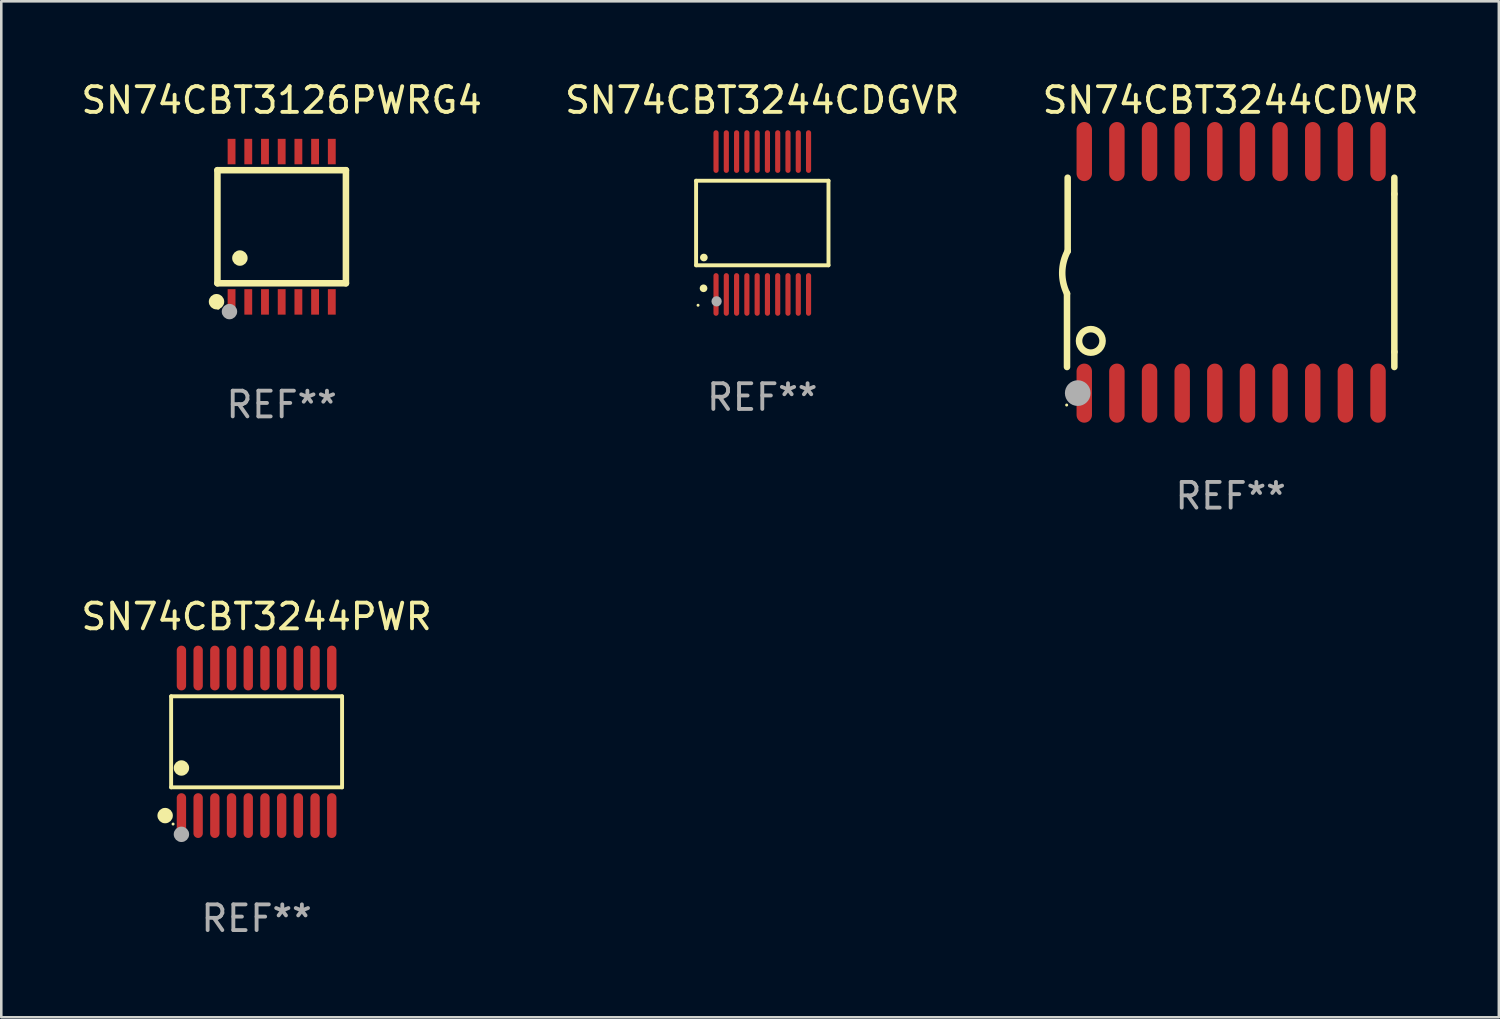
<source format=kicad_pcb>
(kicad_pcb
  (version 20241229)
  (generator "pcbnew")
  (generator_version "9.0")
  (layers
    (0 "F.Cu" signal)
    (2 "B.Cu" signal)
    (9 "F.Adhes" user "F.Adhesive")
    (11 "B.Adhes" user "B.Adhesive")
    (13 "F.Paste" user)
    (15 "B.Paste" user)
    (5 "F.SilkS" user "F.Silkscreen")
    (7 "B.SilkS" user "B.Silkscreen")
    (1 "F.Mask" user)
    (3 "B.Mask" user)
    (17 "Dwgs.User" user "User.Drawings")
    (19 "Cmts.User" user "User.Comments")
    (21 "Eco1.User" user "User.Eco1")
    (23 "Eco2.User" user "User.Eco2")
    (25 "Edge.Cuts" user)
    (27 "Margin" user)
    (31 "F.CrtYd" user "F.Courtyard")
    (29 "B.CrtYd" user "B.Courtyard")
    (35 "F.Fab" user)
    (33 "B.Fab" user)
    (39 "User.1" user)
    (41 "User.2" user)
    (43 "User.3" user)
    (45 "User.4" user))
  (footprint "SN74CBT3244CDWR"
    (layer "F.Cu")
    (at 44.839 7.548)
    (property "Reference" "SN74CBT3244CDWR" (at 0 -6.7 0) (layer "F.SilkS") (effects (font (size 1 1) (thickness 0.15))))
    (attr through_hole)
    (fp_line (start -6.369 0.826) (end -6.369 3.683) (stroke (width 0.254) (type solid)) (layer "F.SilkS"))
    (fp_line (start -6.343 -0.825) (end -6.343 -3.683) (stroke (width 0.254) (type solid)) (layer "F.SilkS"))
    (fp_line (start 6.369 -3.048) (end 6.369 -3.683) (stroke (width 0.254) (type solid)) (layer "F.SilkS"))
    (fp_line (start 6.369 -3.048) (end 6.369 3.096) (stroke (width 0.254) (type solid)) (layer "F.SilkS"))
    (fp_line (start 6.369 3.096) (end 6.369 3.683) (stroke (width 0.254) (type solid)) (layer "F.SilkS"))
    (fp_arc (start -6.36853 0.825552) (mid -6.554743 -0.00301) (end -6.343129 -0.825451) (stroke (width 0.254001) (type solid)) (layer "F.SilkS"))
    (fp_circle (center -6.382 5.163) (end -6.352 5.163) (stroke (width 0.06) (type solid)) (fill no) (layer "F.SilkS"))
    (fp_circle (center -5.443 2.667) (end -4.985 2.667) (stroke (width 0.254) (type solid)) (fill no) (layer "F.SilkS"))
    (fp_circle (center -5.951 4.699) (end -5.701 4.699) (stroke (width 0.5) (type solid)) (fill no) (layer "F.Fab"))
    (fp_text user "REF**" (at 0 8.7 0) (layer "F.Fab") (effects (font (size 1 1) (thickness 0.15))))
    (pad "1" smd oval (at -5.697 4.7 180) (size 0.6 2.3) (layers "F.Cu" "F.Mask" "F.Paste"))
    (pad "2" smd oval (at -4.427 4.7 180) (size 0.6 2.3) (layers "F.Cu" "F.Mask" "F.Paste"))
    (pad "3" smd oval (at -3.157 4.7 180) (size 0.6 2.3) (layers "F.Cu" "F.Mask" "F.Paste"))
    (pad "4" smd oval (at -1.887 4.7 180) (size 0.6 2.3) (layers "F.Cu" "F.Mask" "F.Paste"))
    (pad "5" smd oval (at -0.617 4.7 180) (size 0.6 2.3) (layers "F.Cu" "F.Mask" "F.Paste"))
    (pad "6" smd oval (at 0.653 4.7 180) (size 0.6 2.3) (layers "F.Cu" "F.Mask" "F.Paste"))
    (pad "7" smd oval (at 1.923 4.7 180) (size 0.6 2.3) (layers "F.Cu" "F.Mask" "F.Paste"))
    (pad "8" smd oval (at 3.193 4.7 180) (size 0.6 2.3) (layers "F.Cu" "F.Mask" "F.Paste"))
    (pad "9" smd oval (at 4.463 4.7 180) (size 0.6 2.3) (layers "F.Cu" "F.Mask" "F.Paste"))
    (pad "10" smd oval (at 5.734 4.7 180) (size 0.6 2.3) (layers "F.Cu" "F.Mask" "F.Paste"))
    (pad "11" smd oval (at 5.734 -4.7 180) (size 0.6 2.3) (layers "F.Cu" "F.Mask" "F.Paste"))
    (pad "12" smd oval (at 4.463 -4.7 180) (size 0.6 2.3) (layers "F.Cu" "F.Mask" "F.Paste"))
    (pad "13" smd oval (at 3.193 -4.7 180) (size 0.6 2.3) (layers "F.Cu" "F.Mask" "F.Paste"))
    (pad "14" smd oval (at 1.923 -4.7 180) (size 0.6 2.3) (layers "F.Cu" "F.Mask" "F.Paste"))
    (pad "15" smd oval (at 0.653 -4.7 180) (size 0.6 2.3) (layers "F.Cu" "F.Mask" "F.Paste"))
    (pad "16" smd oval (at -0.617 -4.7 180) (size 0.6 2.3) (layers "F.Cu" "F.Mask" "F.Paste"))
    (pad "17" smd oval (at -1.887 -4.7 180) (size 0.6 2.3) (layers "F.Cu" "F.Mask" "F.Paste"))
    (pad "18" smd oval (at -3.157 -4.7 180) (size 0.6 2.3) (layers "F.Cu" "F.Mask" "F.Paste"))
    (pad "19" smd oval (at -4.427 -4.7 180) (size 0.6 2.3) (layers "F.Cu" "F.Mask" "F.Paste"))
    (pad "20" smd oval (at -5.697 -4.7 180) (size 0.6 2.3) (layers "F.Cu" "F.Mask" "F.Paste")))
  (footprint "SN74CBT3126PWRG4"
    (layer "F.Cu")
    (at 7.911 5.773)
    (property "Reference" "SN74CBT3126PWRG4" (at 0 -4.925 0) (layer "F.SilkS") (effects (font (size 1 1) (thickness 0.15))))
    (attr through_hole)
    (fp_line (start -2.5 2.2) (end -2.5 -2.2) (stroke (width 0.254) (type solid)) (layer "F.SilkS"))
    (fp_line (start -2.5 2.2) (end 2.5 2.2) (stroke (width 0.254) (type solid)) (layer "F.SilkS"))
    (fp_line (start 2.5 -2.2) (end -2.5 -2.2) (stroke (width 0.254) (type solid)) (layer "F.SilkS"))
    (fp_line (start 2.5 -2.2) (end 2.5 2.2) (stroke (width 0.254) (type solid)) (layer "F.SilkS"))
    (fp_circle (center -2.536 2.917) (end -2.386 2.917) (stroke (width 0.3) (type solid)) (fill no) (layer "F.SilkS"))
    (fp_circle (center -2.47 3.17) (end -2.44 3.17) (stroke (width 0.06) (type solid)) (fill no) (layer "F.SilkS"))
    (fp_circle (center -1.626 1.219) (end -1.475 1.219) (stroke (width 0.3) (type solid)) (fill no) (layer "F.SilkS"))
    (fp_circle (center -2.032 3.302) (end -1.882 3.302) (stroke (width 0.3) (type solid)) (fill no) (layer "F.Fab"))
    (fp_text user "REF**" (at 0 6.925 0) (layer "F.Fab") (effects (font (size 1 1) (thickness 0.15))))
    (pad "1" smd rect (at -1.95 2.925) (size 0.305 0.991) (layers "F.Cu" "F.Mask" "F.Paste"))
    (pad "2" smd rect (at -1.3 2.925) (size 0.305 0.991) (layers "F.Cu" "F.Mask" "F.Paste"))
    (pad "3" smd rect (at -0.65 2.925) (size 0.305 0.991) (layers "F.Cu" "F.Mask" "F.Paste"))
    (pad "4" smd rect (at 0 2.925) (size 0.305 0.991) (layers "F.Cu" "F.Mask" "F.Paste"))
    (pad "5" smd rect (at 0.65 2.925) (size 0.305 0.991) (layers "F.Cu" "F.Mask" "F.Paste"))
    (pad "6" smd rect (at 1.3 2.925) (size 0.305 0.991) (layers "F.Cu" "F.Mask" "F.Paste"))
    (pad "7" smd rect (at 1.95 2.925) (size 0.305 0.991) (layers "F.Cu" "F.Mask" "F.Paste"))
    (pad "8" smd rect (at 1.95 -2.925) (size 0.305 0.991) (layers "F.Cu" "F.Mask" "F.Paste"))
    (pad "9" smd rect (at 1.3 -2.925) (size 0.305 0.991) (layers "F.Cu" "F.Mask" "F.Paste"))
    (pad "10" smd rect (at 0.65 -2.925) (size 0.305 0.991) (layers "F.Cu" "F.Mask" "F.Paste"))
    (pad "11" smd rect (at 0 -2.925) (size 0.305 0.991) (layers "F.Cu" "F.Mask" "F.Paste"))
    (pad "12" smd rect (at -0.65 -2.925) (size 0.305 0.991) (layers "F.Cu" "F.Mask" "F.Paste"))
    (pad "13" smd rect (at -1.3 -2.925) (size 0.305 0.991) (layers "F.Cu" "F.Mask" "F.Paste"))
    (pad "14" smd rect (at -1.95 -2.925) (size 0.305 0.991) (layers "F.Cu" "F.Mask" "F.Paste")))
  (footprint "SN74CBT3244CDGVR"
    (layer "F.Cu")
    (at 26.613 5.628)
    (property "Reference" "SN74CBT3244CDGVR" (at 0 -4.78 0) (layer "F.SilkS") (effects (font (size 1 1) (thickness 0.15))))
    (attr through_hole)
    (fp_line (start -2.576 -1.645) (end 2.576 -1.645) (stroke (width 0.152) (type solid)) (layer "F.SilkS"))
    (fp_line (start -2.576 1.645) (end -2.576 -1.645) (stroke (width 0.152) (type solid)) (layer "F.SilkS"))
    (fp_line (start 2.576 -1.645) (end 2.576 1.645) (stroke (width 0.152) (type solid)) (layer "F.SilkS"))
    (fp_line (start 2.576 1.645) (end -2.576 1.645) (stroke (width 0.152) (type solid)) (layer "F.SilkS"))
    (fp_circle (center -2.5 3.2) (end -2.47 3.2) (stroke (width 0.06) (type solid)) (fill no) (layer "F.SilkS"))
    (fp_circle (center -2.286 2.54) (end -2.211 2.54) (stroke (width 0.15) (type solid)) (fill no) (layer "F.SilkS"))
    (fp_circle (center -2.274 1.343) (end -2.199 1.343) (stroke (width 0.15) (type solid)) (fill no) (layer "F.SilkS"))
    (fp_circle (center -1.778 3.048) (end -1.678 3.048) (stroke (width 0.2) (type solid)) (fill no) (layer "F.Fab"))
    (fp_text user "REF**" (at 0 6.78 0) (layer "F.Fab") (effects (font (size 1 1) (thickness 0.15))))
    (pad "1" smd oval (at -1.8 2.78) (size 0.2 1.66) (layers "F.Cu" "F.Mask" "F.Paste"))
    (pad "2" smd oval (at -1.4 2.78) (size 0.2 1.66) (layers "F.Cu" "F.Mask" "F.Paste"))
    (pad "3" smd oval (at -1 2.78) (size 0.2 1.66) (layers "F.Cu" "F.Mask" "F.Paste"))
    (pad "4" smd oval (at -0.6 2.78) (size 0.2 1.66) (layers "F.Cu" "F.Mask" "F.Paste"))
    (pad "5" smd oval (at -0.2 2.78) (size 0.2 1.66) (layers "F.Cu" "F.Mask" "F.Paste"))
    (pad "6" smd oval (at 0.2 2.78) (size 0.2 1.66) (layers "F.Cu" "F.Mask" "F.Paste"))
    (pad "7" smd oval (at 0.6 2.78) (size 0.2 1.66) (layers "F.Cu" "F.Mask" "F.Paste"))
    (pad "8" smd oval (at 1 2.78) (size 0.2 1.66) (layers "F.Cu" "F.Mask" "F.Paste"))
    (pad "9" smd oval (at 1.4 2.78) (size 0.2 1.66) (layers "F.Cu" "F.Mask" "F.Paste"))
    (pad "10" smd oval (at 1.8 2.78) (size 0.2 1.66) (layers "F.Cu" "F.Mask" "F.Paste"))
    (pad "11" smd oval (at 1.8 -2.78) (size 0.2 1.66) (layers "F.Cu" "F.Mask" "F.Paste"))
    (pad "12" smd oval (at 1.4 -2.78) (size 0.2 1.66) (layers "F.Cu" "F.Mask" "F.Paste"))
    (pad "13" smd oval (at 1 -2.78) (size 0.2 1.66) (layers "F.Cu" "F.Mask" "F.Paste"))
    (pad "14" smd oval (at 0.6 -2.78) (size 0.2 1.66) (layers "F.Cu" "F.Mask" "F.Paste"))
    (pad "15" smd oval (at 0.2 -2.78) (size 0.2 1.66) (layers "F.Cu" "F.Mask" "F.Paste"))
    (pad "16" smd oval (at -0.2 -2.78) (size 0.2 1.66) (layers "F.Cu" "F.Mask" "F.Paste"))
    (pad "17" smd oval (at -0.6 -2.78) (size 0.2 1.66) (layers "F.Cu" "F.Mask" "F.Paste"))
    (pad "18" smd oval (at -1 -2.78) (size 0.2 1.66) (layers "F.Cu" "F.Mask" "F.Paste"))
    (pad "19" smd oval (at -1.4 -2.78) (size 0.2 1.66) (layers "F.Cu" "F.Mask" "F.Paste"))
    (pad "20" smd oval (at -1.8 -2.78) (size 0.2 1.66) (layers "F.Cu" "F.Mask" "F.Paste")))
  (footprint "SN74CBT3244PWR"
    (layer "F.Cu")
    (at 6.935 25.816)
    (property "Reference" "SN74CBT3244PWR" (at 0 -4.871 0) (layer "F.SilkS") (effects (font (size 1 1) (thickness 0.15))))
    (attr through_hole)
    (fp_line (start -3.326 -1.771) (end 3.326 -1.771) (stroke (width 0.152) (type solid)) (layer "F.SilkS"))
    (fp_line (start -3.326 1.771) (end -3.326 -1.771) (stroke (width 0.152) (type solid)) (layer "F.SilkS"))
    (fp_line (start 3.326 -1.771) (end 3.326 1.771) (stroke (width 0.152) (type solid)) (layer "F.SilkS"))
    (fp_line (start 3.326 1.771) (end -3.326 1.771) (stroke (width 0.152) (type solid)) (layer "F.SilkS"))
    (fp_circle (center -3.559 2.871) (end -3.409 2.871) (stroke (width 0.3) (type solid)) (fill no) (layer "F.SilkS"))
    (fp_circle (center -3.25 3.2) (end -3.22 3.2) (stroke (width 0.06) (type solid)) (fill no) (layer "F.SilkS"))
    (fp_circle (center -2.925 1.019) (end -2.775 1.019) (stroke (width 0.3) (type solid)) (fill no) (layer "F.SilkS"))
    (fp_circle (center -2.925 3.6) (end -2.775 3.6) (stroke (width 0.3) (type solid)) (fill no) (layer "F.Fab"))
    (fp_text user "REF**" (at 0 6.871 0) (layer "F.Fab") (effects (font (size 1 1) (thickness 0.15))))
    (pad "1" smd oval (at -2.925 2.871) (size 0.364 1.742) (layers "F.Cu" "F.Mask" "F.Paste"))
    (pad "2" smd oval (at -2.275 2.871) (size 0.364 1.742) (layers "F.Cu" "F.Mask" "F.Paste"))
    (pad "3" smd oval (at -1.625 2.871) (size 0.364 1.742) (layers "F.Cu" "F.Mask" "F.Paste"))
    (pad "4" smd oval (at -0.975 2.871) (size 0.364 1.742) (layers "F.Cu" "F.Mask" "F.Paste"))
    (pad "5" smd oval (at -0.325 2.871) (size 0.364 1.742) (layers "F.Cu" "F.Mask" "F.Paste"))
    (pad "6" smd oval (at 0.325 2.871) (size 0.364 1.742) (layers "F.Cu" "F.Mask" "F.Paste"))
    (pad "7" smd oval (at 0.975 2.871) (size 0.364 1.742) (layers "F.Cu" "F.Mask" "F.Paste"))
    (pad "8" smd oval (at 1.625 2.871) (size 0.364 1.742) (layers "F.Cu" "F.Mask" "F.Paste"))
    (pad "9" smd oval (at 2.275 2.871) (size 0.364 1.742) (layers "F.Cu" "F.Mask" "F.Paste"))
    (pad "10" smd oval (at 2.925 2.871) (size 0.364 1.742) (layers "F.Cu" "F.Mask" "F.Paste"))
    (pad "11" smd oval (at 2.925 -2.871) (size 0.364 1.742) (layers "F.Cu" "F.Mask" "F.Paste"))
    (pad "12" smd oval (at 2.275 -2.871) (size 0.364 1.742) (layers "F.Cu" "F.Mask" "F.Paste"))
    (pad "13" smd oval (at 1.625 -2.871) (size 0.364 1.742) (layers "F.Cu" "F.Mask" "F.Paste"))
    (pad "14" smd oval (at 0.975 -2.871) (size 0.364 1.742) (layers "F.Cu" "F.Mask" "F.Paste"))
    (pad "15" smd oval (at 0.325 -2.871) (size 0.364 1.742) (layers "F.Cu" "F.Mask" "F.Paste"))
    (pad "16" smd oval (at -0.325 -2.871) (size 0.364 1.742) (layers "F.Cu" "F.Mask" "F.Paste"))
    (pad "17" smd oval (at -0.975 -2.871) (size 0.364 1.742) (layers "F.Cu" "F.Mask" "F.Paste"))
    (pad "18" smd oval (at -1.625 -2.871) (size 0.364 1.742) (layers "F.Cu" "F.Mask" "F.Paste"))
    (pad "19" smd oval (at -2.275 -2.871) (size 0.364 1.742) (layers "F.Cu" "F.Mask" "F.Paste"))
    (pad "20" smd oval (at -2.925 -2.871) (size 0.364 1.742) (layers "F.Cu" "F.Mask" "F.Paste")))
  (gr_rect
    (start -3 -3)
    (end 55.274 36.535)
    (stroke (width 0.1) (type default))
    (fill no)
    (layer "Edge.Cuts")))
</source>
